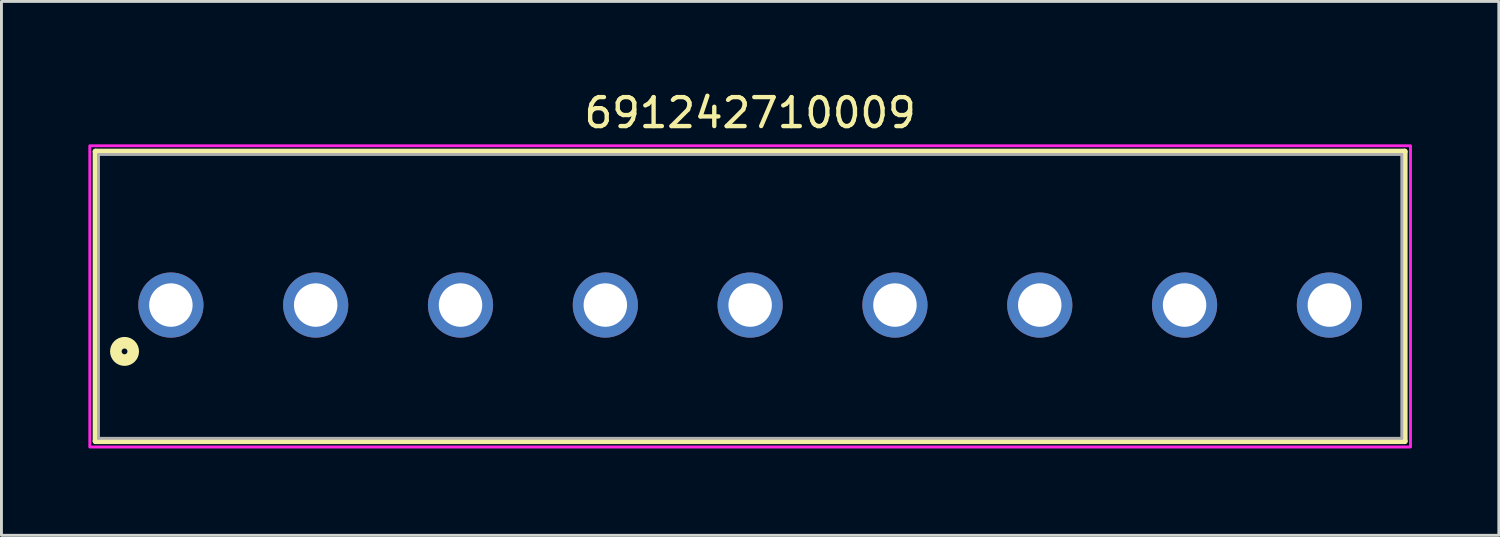
<source format=kicad_pcb>
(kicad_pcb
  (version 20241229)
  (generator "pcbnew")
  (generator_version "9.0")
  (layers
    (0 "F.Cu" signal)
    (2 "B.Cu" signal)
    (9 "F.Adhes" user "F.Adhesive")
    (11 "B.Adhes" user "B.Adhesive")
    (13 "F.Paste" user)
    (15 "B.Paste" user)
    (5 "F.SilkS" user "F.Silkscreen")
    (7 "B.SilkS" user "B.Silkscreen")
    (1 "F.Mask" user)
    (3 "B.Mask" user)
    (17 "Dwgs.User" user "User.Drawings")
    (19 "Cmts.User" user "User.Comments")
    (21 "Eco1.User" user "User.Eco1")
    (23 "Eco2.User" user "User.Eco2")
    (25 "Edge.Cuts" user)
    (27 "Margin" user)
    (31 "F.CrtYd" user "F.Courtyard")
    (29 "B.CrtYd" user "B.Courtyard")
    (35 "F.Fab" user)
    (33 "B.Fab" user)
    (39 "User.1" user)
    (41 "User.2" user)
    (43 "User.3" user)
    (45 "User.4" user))
  (footprint "691242710009"
    (layer "F.Cu")
    (at 22.85 7.483)
    (property "Reference" "691242710009" (at 0 -6.635 0) (layer "F.SilkS") (effects (font (size 1 1) (thickness 0.15))))
    (attr through_hole)
    (fp_line (start -22.6 -5.3) (end 22.6 -5.3) (stroke (width 0.2) (type solid)) (layer "F.SilkS"))
    (fp_line (start -22.6 4.7) (end -22.6 -5.3) (stroke (width 0.2) (type solid)) (layer "F.SilkS"))
    (fp_line (start 22.6 -5.3) (end 22.6 4.7) (stroke (width 0.2) (type solid)) (layer "F.SilkS"))
    (fp_line (start 22.6 4.7) (end -22.6 4.7) (stroke (width 0.2) (type solid)) (layer "F.SilkS"))
    (fp_circle (center -21.6 1.6) (end -21.5 1.6) (stroke (width 0.4) (type solid)) (fill no) (layer "F.SilkS"))
    (fp_poly (pts (xy -22.8 -5.5) (xy 22.8 -5.5) (xy 22.8 4.9) (xy -22.8 4.9)) (stroke (width 0.1) (type solid)) (fill no) (layer "F.CrtYd"))
    (fp_line (start -22.5 -5.2) (end -22.5 4.6) (stroke (width 0.1) (type solid)) (layer "F.Fab"))
    (fp_line (start -22.5 -5.2) (end 22.5 -5.2) (stroke (width 0.1) (type solid)) (layer "F.Fab"))
    (fp_line (start -22.5 4.6) (end 22.5 4.6) (stroke (width 0.1) (type solid)) (layer "F.Fab"))
    (fp_line (start 22.5 -5.2) (end 22.5 4.6) (stroke (width 0.1) (type solid)) (layer "F.Fab"))
    (pad "1" thru_hole circle (at -20 0) (size 2.25 2.25) (drill 1.5) (layers "*.Cu" "*.Mask"))
    (pad "2" thru_hole circle (at -15 0) (size 2.25 2.25) (drill 1.5) (layers "*.Cu" "*.Mask"))
    (pad "3" thru_hole circle (at -10 0) (size 2.25 2.25) (drill 1.5) (layers "*.Cu" "*.Mask"))
    (pad "4" thru_hole circle (at -5 0) (size 2.25 2.25) (drill 1.5) (layers "*.Cu" "*.Mask"))
    (pad "5" thru_hole circle (at 0 0) (size 2.25 2.25) (drill 1.5) (layers "*.Cu" "*.Mask"))
    (pad "6" thru_hole circle (at 5 0) (size 2.25 2.25) (drill 1.5) (layers "*.Cu" "*.Mask"))
    (pad "7" thru_hole circle (at 10 0) (size 2.25 2.25) (drill 1.5) (layers "*.Cu" "*.Mask"))
    (pad "8" thru_hole circle (at 15 0) (size 2.25 2.25) (drill 1.5) (layers "*.Cu" "*.Mask"))
    (pad "9" thru_hole circle (at 20 0) (size 2.25 2.25) (drill 1.5) (layers "*.Cu" "*.Mask")))
  (gr_rect
    (start -3 -3)
    (end 48.7 15.433)
    (stroke (width 0.1) (type default))
    (fill no)
    (layer "Edge.Cuts")))
</source>
